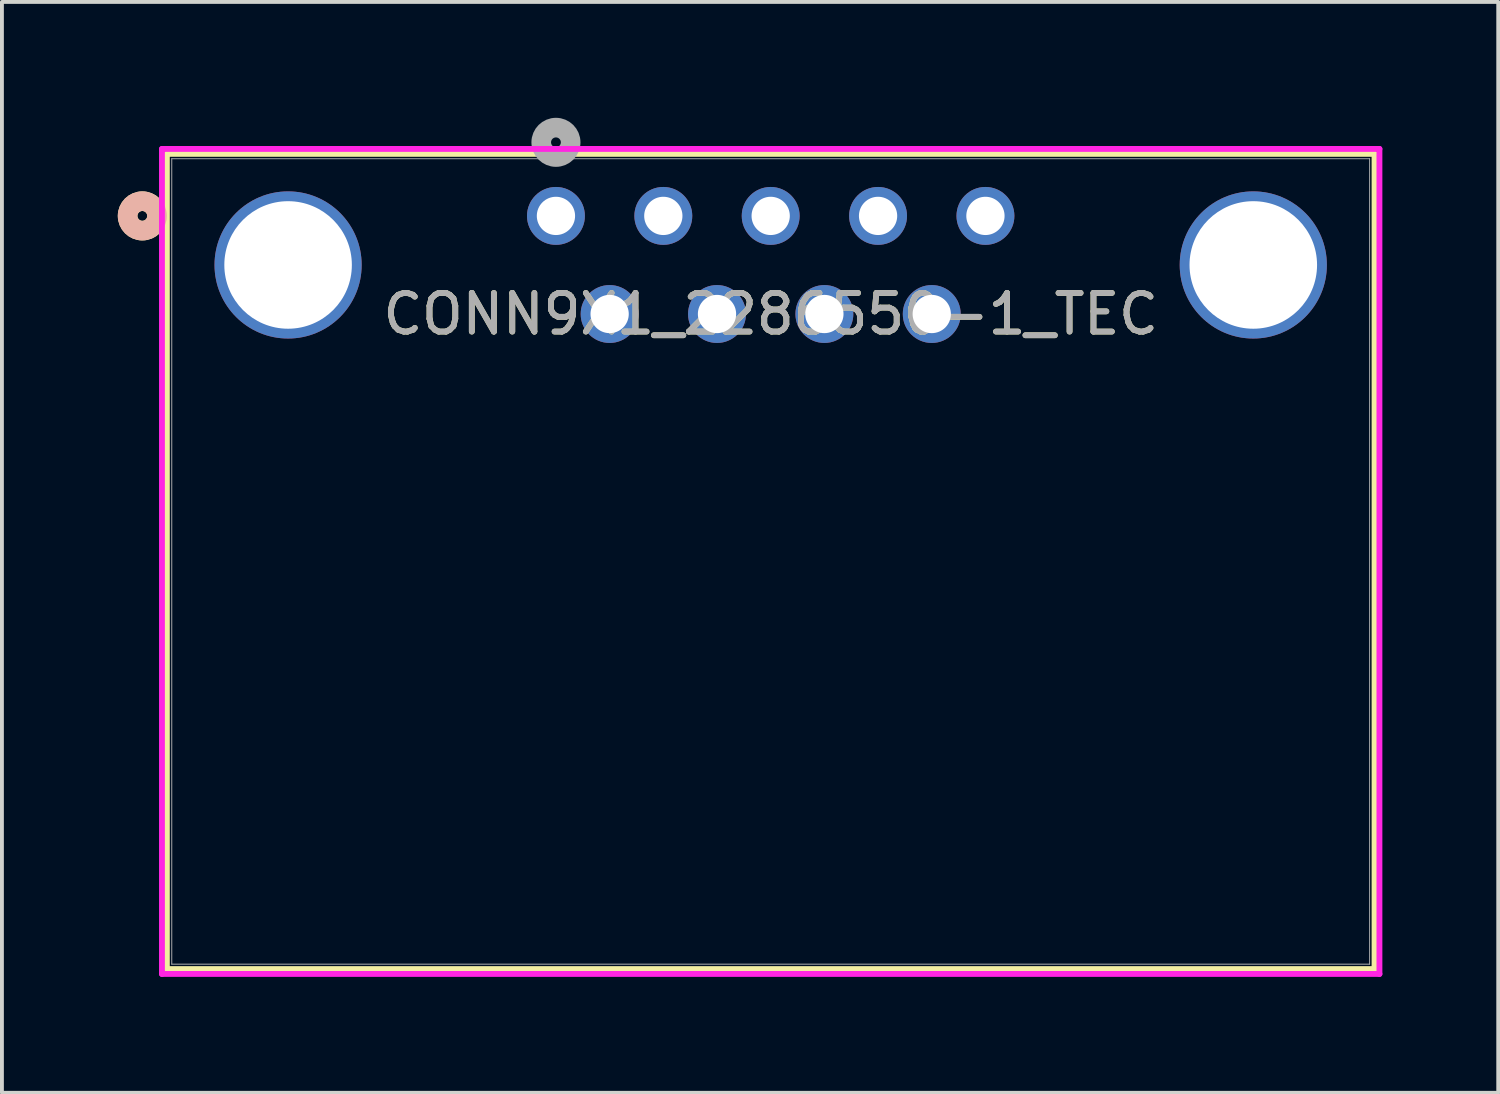
<source format=kicad_pcb>
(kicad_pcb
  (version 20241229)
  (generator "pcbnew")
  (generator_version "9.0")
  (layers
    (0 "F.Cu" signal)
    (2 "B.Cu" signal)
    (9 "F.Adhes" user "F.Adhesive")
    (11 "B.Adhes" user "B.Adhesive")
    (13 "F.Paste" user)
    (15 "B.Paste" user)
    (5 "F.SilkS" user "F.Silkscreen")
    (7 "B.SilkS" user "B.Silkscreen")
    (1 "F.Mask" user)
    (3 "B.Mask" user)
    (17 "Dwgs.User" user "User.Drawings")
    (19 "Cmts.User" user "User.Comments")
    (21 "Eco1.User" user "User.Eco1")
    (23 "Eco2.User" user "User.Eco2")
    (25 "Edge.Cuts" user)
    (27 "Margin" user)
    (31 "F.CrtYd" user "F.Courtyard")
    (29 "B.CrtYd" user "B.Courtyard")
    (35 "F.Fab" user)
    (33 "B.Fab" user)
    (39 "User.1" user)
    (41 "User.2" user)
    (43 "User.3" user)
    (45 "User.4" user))
  (footprint "CONN9X1_2286550-1_TEC"
    (layer "F.Cu")
    (at 11.344 2.54)
    (property "Reference" "CONN9X1_2286550-1_TEC" (at 5.56 2.54 0) (unlocked yes) (layer "F.SilkS") (effects (font (size 1 1) (thickness 0.15))))
    (attr through_hole)
    (fp_line (start -10.074 -1.607) (end -10.074 19.5) (stroke (width 0.152) (type solid)) (layer "F.SilkS"))
    (fp_line (start -10.074 19.5) (end 21.194 19.5) (stroke (width 0.152) (type solid)) (layer "F.SilkS"))
    (fp_line (start 21.194 -1.607) (end -10.074 -1.607) (stroke (width 0.152) (type solid)) (layer "F.SilkS"))
    (fp_line (start 21.194 19.5) (end 21.194 -1.607) (stroke (width 0.152) (type solid)) (layer "F.SilkS"))
    (fp_circle (center -10.709 0) (end -10.328 0) (stroke (width 0.508) (type solid)) (fill no) (layer "F.SilkS"))
    (fp_circle (center -10.709 0) (end -10.328 0) (stroke (width 0.508) (type solid)) (fill no) (layer "B.SilkS"))
    (fp_line (start -10.201 -1.734) (end -10.201 19.627) (stroke (width 0.152) (type solid)) (layer "F.CrtYd"))
    (fp_line (start -10.201 19.627) (end 21.321 19.627) (stroke (width 0.152) (type solid)) (layer "F.CrtYd"))
    (fp_line (start 21.321 -1.734) (end -10.201 -1.734) (stroke (width 0.152) (type solid)) (layer "F.CrtYd"))
    (fp_line (start 21.321 19.627) (end 21.321 -1.734) (stroke (width 0.152) (type solid)) (layer "F.CrtYd"))
    (fp_line (start -9.947 -1.48) (end -9.947 19.373) (stroke (width 0.025) (type solid)) (layer "F.Fab"))
    (fp_line (start -9.947 19.373) (end 21.067 19.373) (stroke (width 0.025) (type solid)) (layer "F.Fab"))
    (fp_line (start 21.067 -1.48) (end -9.947 -1.48) (stroke (width 0.025) (type solid)) (layer "F.Fab"))
    (fp_line (start 21.067 19.373) (end 21.067 -1.48) (stroke (width 0.025) (type solid)) (layer "F.Fab"))
    (fp_circle (center 0 -1.905) (end 0.381 -1.905) (stroke (width 0.508) (type solid)) (fill no) (layer "F.Fab"))
    (fp_text user "${REFERENCE}" (at 5.56 2.54 0) (unlocked yes) (layer "F.Fab") (effects (font (size 1 1) (thickness 0.15))))
    (pad "1" thru_hole circle (at 0 0) (size 1.499 1.499) (drill 0.991) (layers "*.Cu" "*.Mask"))
    (pad "2" thru_hole circle (at 1.39 2.54) (size 1.499 1.499) (drill 0.991) (layers "*.Cu" "*.Mask"))
    (pad "3" thru_hole circle (at 2.78 0) (size 1.499 1.499) (drill 0.991) (layers "*.Cu" "*.Mask"))
    (pad "4" thru_hole circle (at 4.17 2.54) (size 1.499 1.499) (drill 0.991) (layers "*.Cu" "*.Mask"))
    (pad "5" thru_hole circle (at 5.56 0) (size 1.499 1.499) (drill 0.991) (layers "*.Cu" "*.Mask"))
    (pad "6" thru_hole circle (at 6.95 2.54) (size 1.499 1.499) (drill 0.991) (layers "*.Cu" "*.Mask"))
    (pad "7" thru_hole circle (at 8.34 0) (size 1.499 1.499) (drill 0.991) (layers "*.Cu" "*.Mask"))
    (pad "8" thru_hole circle (at 9.73 2.54) (size 1.499 1.499) (drill 0.991) (layers "*.Cu" "*.Mask"))
    (pad "9" thru_hole circle (at 11.12 0) (size 1.499 1.499) (drill 0.991) (layers "*.Cu" "*.Mask"))
    (pad "10" thru_hole circle (at -6.935 1.27) (size 3.81 3.81) (drill 3.302) (layers "*.Cu" "*.Mask"))
    (pad "11" thru_hole circle (at 18.055 1.27) (size 3.81 3.81) (drill 3.302) (layers "*.Cu" "*.Mask")))
  (gr_rect
    (start -3 -3)
    (end 35.741 25.244)
    (stroke (width 0.1) (type default))
    (fill no)
    (layer "Edge.Cuts")))
</source>
